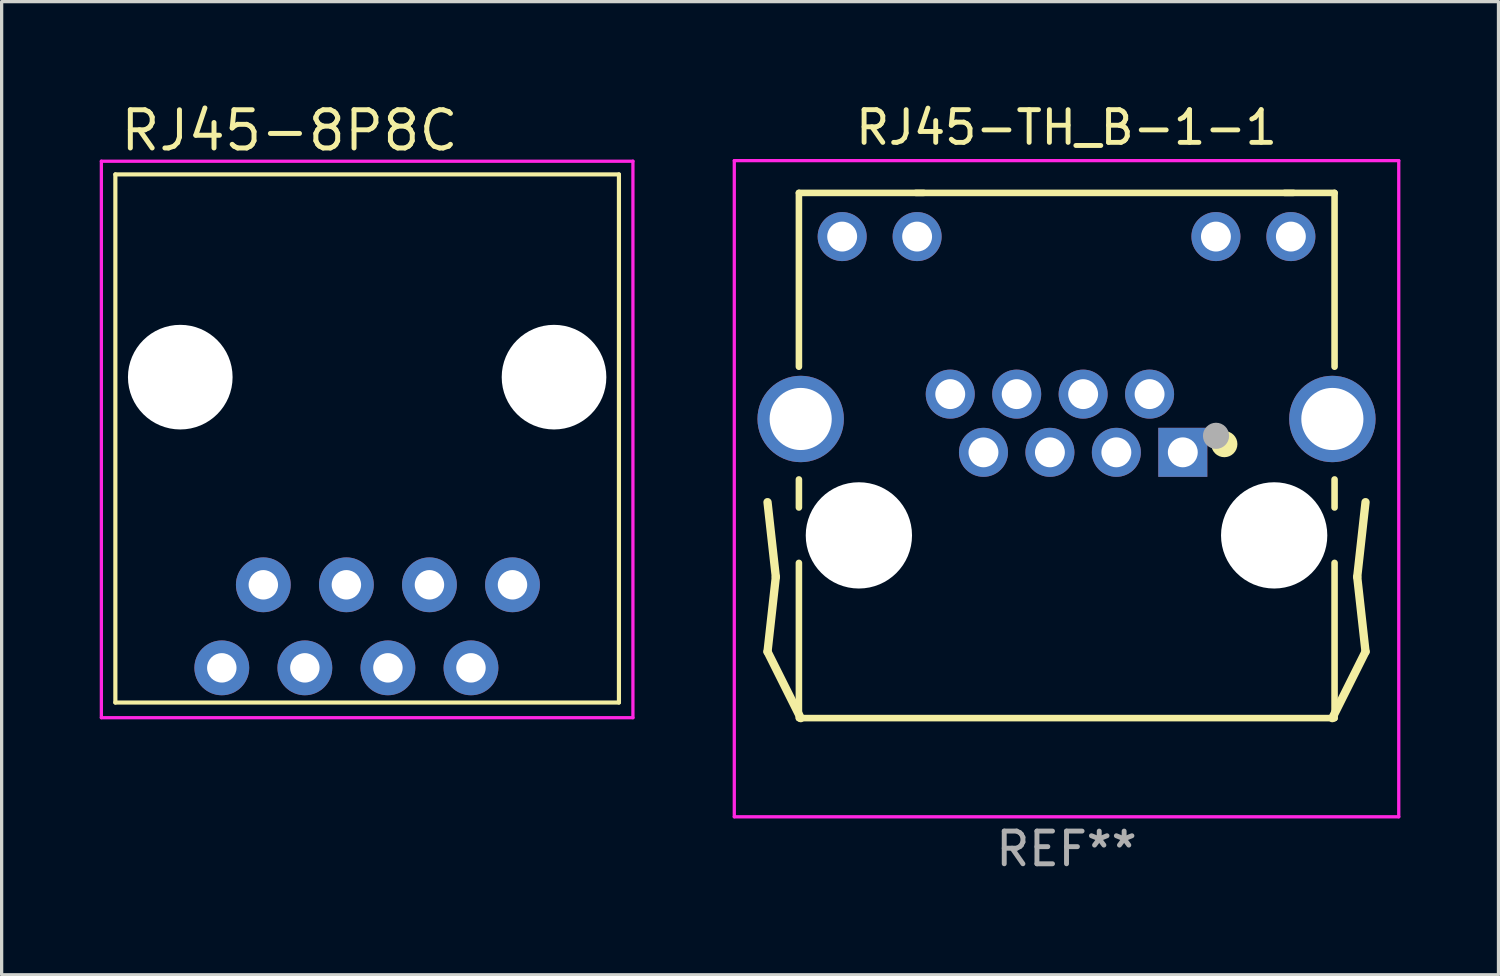
<source format=kicad_pcb>
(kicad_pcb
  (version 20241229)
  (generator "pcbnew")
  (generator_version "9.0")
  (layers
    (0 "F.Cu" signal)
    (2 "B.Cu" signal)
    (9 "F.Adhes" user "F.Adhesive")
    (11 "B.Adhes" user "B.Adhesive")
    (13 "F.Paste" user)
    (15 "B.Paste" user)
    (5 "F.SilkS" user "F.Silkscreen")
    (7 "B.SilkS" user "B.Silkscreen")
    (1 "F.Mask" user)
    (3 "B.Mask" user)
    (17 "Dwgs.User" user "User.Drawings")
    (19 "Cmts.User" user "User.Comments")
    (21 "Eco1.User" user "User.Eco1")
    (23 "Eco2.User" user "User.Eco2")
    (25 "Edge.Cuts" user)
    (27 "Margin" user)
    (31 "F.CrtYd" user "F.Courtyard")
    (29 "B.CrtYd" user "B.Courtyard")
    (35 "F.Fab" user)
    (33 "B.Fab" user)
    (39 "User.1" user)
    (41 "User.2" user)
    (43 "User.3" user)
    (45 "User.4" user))
  (footprint "RJ45-8P8C"
    (layer "F.Cu")
    (at 8.178 8.484)
    (property "Reference" "RJ45-8P8C" (at -7.62 -6.858 0) (layer "F.SilkS") (effects (font (size 1.168 1.168) (thickness 0.152)) (justify left bottom)))
    (fp_line (start -7.7 -6.2) (end 7.7 -6.2) (stroke (width 0.127) (type solid)) (layer "F.SilkS"))
    (fp_line (start -7.7 9.95) (end -7.7 -6.2) (stroke (width 0.127) (type solid)) (layer "F.SilkS"))
    (fp_line (start 7.7 -6.2) (end 7.7 9.95) (stroke (width 0.127) (type solid)) (layer "F.SilkS"))
    (fp_line (start 7.7 9.95) (end -7.7 9.95) (stroke (width 0.127) (type solid)) (layer "F.SilkS"))
    (fp_line (start -8.128 -6.604) (end 8.128 -6.604) (stroke (width 0.1) (type solid)) (layer "F.CrtYd"))
    (fp_line (start -8.128 10.414) (end -8.128 -6.604) (stroke (width 0.1) (type solid)) (layer "F.CrtYd"))
    (fp_line (start 8.128 -6.604) (end 8.128 10.414) (stroke (width 0.1) (type solid)) (layer "F.CrtYd"))
    (fp_line (start 8.128 10.414) (end -8.128 10.414) (stroke (width 0.1) (type solid)) (layer "F.CrtYd"))
    (pad "" np_thru_hole circle (at -5.715 0) (size 3.2 3.2) (drill 3.2) (layers "*.Cu" "*.Mask"))
    (pad "" np_thru_hole circle (at 5.715 0) (size 3.2 3.2) (drill 3.2) (layers "*.Cu" "*.Mask"))
    (pad "1" thru_hole circle (at 4.445 6.35) (size 1.676 1.676) (drill 0.9) (layers "*.Cu" "*.Mask"))
    (pad "2" thru_hole circle (at 3.175 8.89) (size 1.676 1.676) (drill 0.9) (layers "*.Cu" "*.Mask"))
    (pad "3" thru_hole circle (at 1.905 6.35) (size 1.676 1.676) (drill 0.9) (layers "*.Cu" "*.Mask"))
    (pad "4" thru_hole circle (at 0.635 8.89) (size 1.676 1.676) (drill 0.9) (layers "*.Cu" "*.Mask"))
    (pad "5" thru_hole circle (at -0.635 6.35) (size 1.676 1.676) (drill 0.9) (layers "*.Cu" "*.Mask"))
    (pad "6" thru_hole circle (at -1.905 8.89) (size 1.676 1.676) (drill 0.9) (layers "*.Cu" "*.Mask"))
    (pad "7" thru_hole circle (at -3.175 6.35) (size 1.676 1.676) (drill 0.9) (layers "*.Cu" "*.Mask"))
    (pad "8" thru_hole circle (at -4.445 8.89) (size 1.676 1.676) (drill 0.9) (layers "*.Cu" "*.Mask")))
  (footprint "RJ45-TH_B-1-1"
    (layer "F.Cu")
    (at 29.566 10.88)
    (property "Reference" "RJ45-TH_B-1-1" (at 0 -10.031 0) (layer "F.SilkS") (effects (font (size 1 1) (thickness 0.15))))
    (attr through_hole)
    (fp_line (start -9.144 5.999) (end -8.89 3.713) (stroke (width 0.254) (type solid)) (layer "F.SilkS"))
    (fp_line (start -8.89 3.713) (end -9.144 1.427) (stroke (width 0.254) (type solid)) (layer "F.SilkS"))
    (fp_line (start -8.184 -8.031) (end -4.366 -8.031) (stroke (width 0.201) (type solid)) (layer "F.SilkS"))
    (fp_line (start -8.184 -2.715) (end -8.184 -8.031) (stroke (width 0.201) (type solid)) (layer "F.SilkS"))
    (fp_line (start -8.184 1.59) (end -8.184 0.732) (stroke (width 0.201) (type solid)) (layer "F.SilkS"))
    (fp_line (start -8.184 8.031) (end -8.184 3.284) (stroke (width 0.201) (type solid)) (layer "F.SilkS"))
    (fp_line (start -8.128 8.031) (end -9.144 5.999) (stroke (width 0.254) (type solid)) (layer "F.SilkS"))
    (fp_line (start 6.942 -8.031) (end -4.608 -8.031) (stroke (width 0.201) (type solid)) (layer "F.SilkS"))
    (fp_line (start 8.128 8.031) (end 9.144 5.999) (stroke (width 0.254) (type solid)) (layer "F.SilkS"))
    (fp_line (start 8.197 -8.031) (end 6.67 -8.031) (stroke (width 0.201) (type solid)) (layer "F.SilkS"))
    (fp_line (start 8.197 -2.715) (end 8.197 -8.031) (stroke (width 0.201) (type solid)) (layer "F.SilkS"))
    (fp_line (start 8.197 1.59) (end 8.197 0.732) (stroke (width 0.201) (type solid)) (layer "F.SilkS"))
    (fp_line (start 8.197 3.284) (end 8.197 8.031) (stroke (width 0.201) (type solid)) (layer "F.SilkS"))
    (fp_line (start 8.197 8.031) (end -8.184 8.031) (stroke (width 0.201) (type solid)) (layer "F.SilkS"))
    (fp_line (start 8.89 3.713) (end 9.144 1.427) (stroke (width 0.254) (type solid)) (layer "F.SilkS"))
    (fp_line (start 9.144 5.999) (end 8.89 3.713) (stroke (width 0.254) (type solid)) (layer "F.SilkS"))
    (fp_circle (center 4.826 -0.348) (end 5.026 -0.348) (stroke (width 0.4) (type solid)) (fill no) (layer "F.SilkS"))
    (fp_circle (center 8.253 7.844) (end 8.283 7.844) (stroke (width 0.06) (type solid)) (fill no) (layer "F.SilkS"))
    (fp_line (start -10.16 -9.017) (end 10.16 -9.017) (stroke (width 0.1) (type solid)) (layer "F.CrtYd"))
    (fp_line (start -10.16 11.049) (end -10.16 -9.017) (stroke (width 0.1) (type solid)) (layer "F.CrtYd"))
    (fp_line (start 10.16 -9.017) (end 10.16 11.049) (stroke (width 0.1) (type solid)) (layer "F.CrtYd"))
    (fp_line (start 10.16 11.049) (end -10.16 11.049) (stroke (width 0.1) (type solid)) (layer "F.CrtYd"))
    (fp_circle (center -6.35 2.443) (end -5.6 2.443) (stroke (width 1.5) (type solid)) (fill no) (layer "F.Fab"))
    (fp_circle (center 4.572 -0.602) (end 4.772 -0.602) (stroke (width 0.4) (type solid)) (fill no) (layer "F.Fab"))
    (fp_circle (center 6.35 2.443) (end 7.1 2.443) (stroke (width 1.5) (type solid)) (fill no) (layer "F.Fab"))
    (fp_text user "REF**" (at 0 12.031 0) (layer "F.Fab") (effects (font (size 1 1) (thickness 0.15))))
    (pad "" np_thru_hole circle (at -6.35 2.443) (size 3.25 3.25) (drill 3.25) (layers "*.Cu" "*.Mask"))
    (pad "" np_thru_hole circle (at 6.35 2.443) (size 3.25 3.25) (drill 3.25) (layers "*.Cu" "*.Mask"))
    (pad "0" thru_hole circle (at -8.13 -1.117) (size 2.642 2.642) (drill 1.9) (layers "*.Cu" "*.Mask"))
    (pad "0" thru_hole circle (at 8.13 -1.117) (size 2.642 2.642) (drill 1.9) (layers "*.Cu" "*.Mask"))
    (pad "1" thru_hole rect (at 3.556 -0.097 180) (size 1.499 1.499) (drill 0.914) (layers "*.Cu" "*.Mask"))
    (pad "2" thru_hole circle (at 2.54 -1.877) (size 1.499 1.499) (drill 0.914) (layers "*.Cu" "*.Mask"))
    (pad "3" thru_hole circle (at 1.524 -0.097) (size 1.499 1.499) (drill 0.914) (layers "*.Cu" "*.Mask"))
    (pad "4" thru_hole circle (at 0.508 -1.877) (size 1.499 1.499) (drill 0.914) (layers "*.Cu" "*.Mask"))
    (pad "5" thru_hole circle (at -0.508 -0.097) (size 1.499 1.499) (drill 0.914) (layers "*.Cu" "*.Mask"))
    (pad "6" thru_hole circle (at -1.524 -1.877) (size 1.499 1.499) (drill 0.914) (layers "*.Cu" "*.Mask"))
    (pad "7" thru_hole circle (at -2.54 -0.097) (size 1.499 1.499) (drill 0.914) (layers "*.Cu" "*.Mask"))
    (pad "8" thru_hole circle (at -3.556 -1.877) (size 1.499 1.499) (drill 0.914) (layers "*.Cu" "*.Mask"))
    (pad "9" thru_hole circle (at 6.861 -6.695) (size 1.499 1.499) (drill 0.914) (layers "*.Cu" "*.Mask"))
    (pad "10" thru_hole circle (at 4.569 -6.695) (size 1.499 1.499) (drill 0.914) (layers "*.Cu" "*.Mask"))
    (pad "11" thru_hole circle (at -4.569 -6.695) (size 1.499 1.499) (drill 0.914) (layers "*.Cu" "*.Mask"))
    (pad "12" thru_hole circle (at -6.861 -6.695) (size 1.499 1.499) (drill 0.914) (layers "*.Cu" "*.Mask")))
  (gr_rect
    (start -3 -3)
    (end 42.776 26.759)
    (stroke (width 0.1) (type default))
    (fill no)
    (layer "Edge.Cuts")))
</source>
